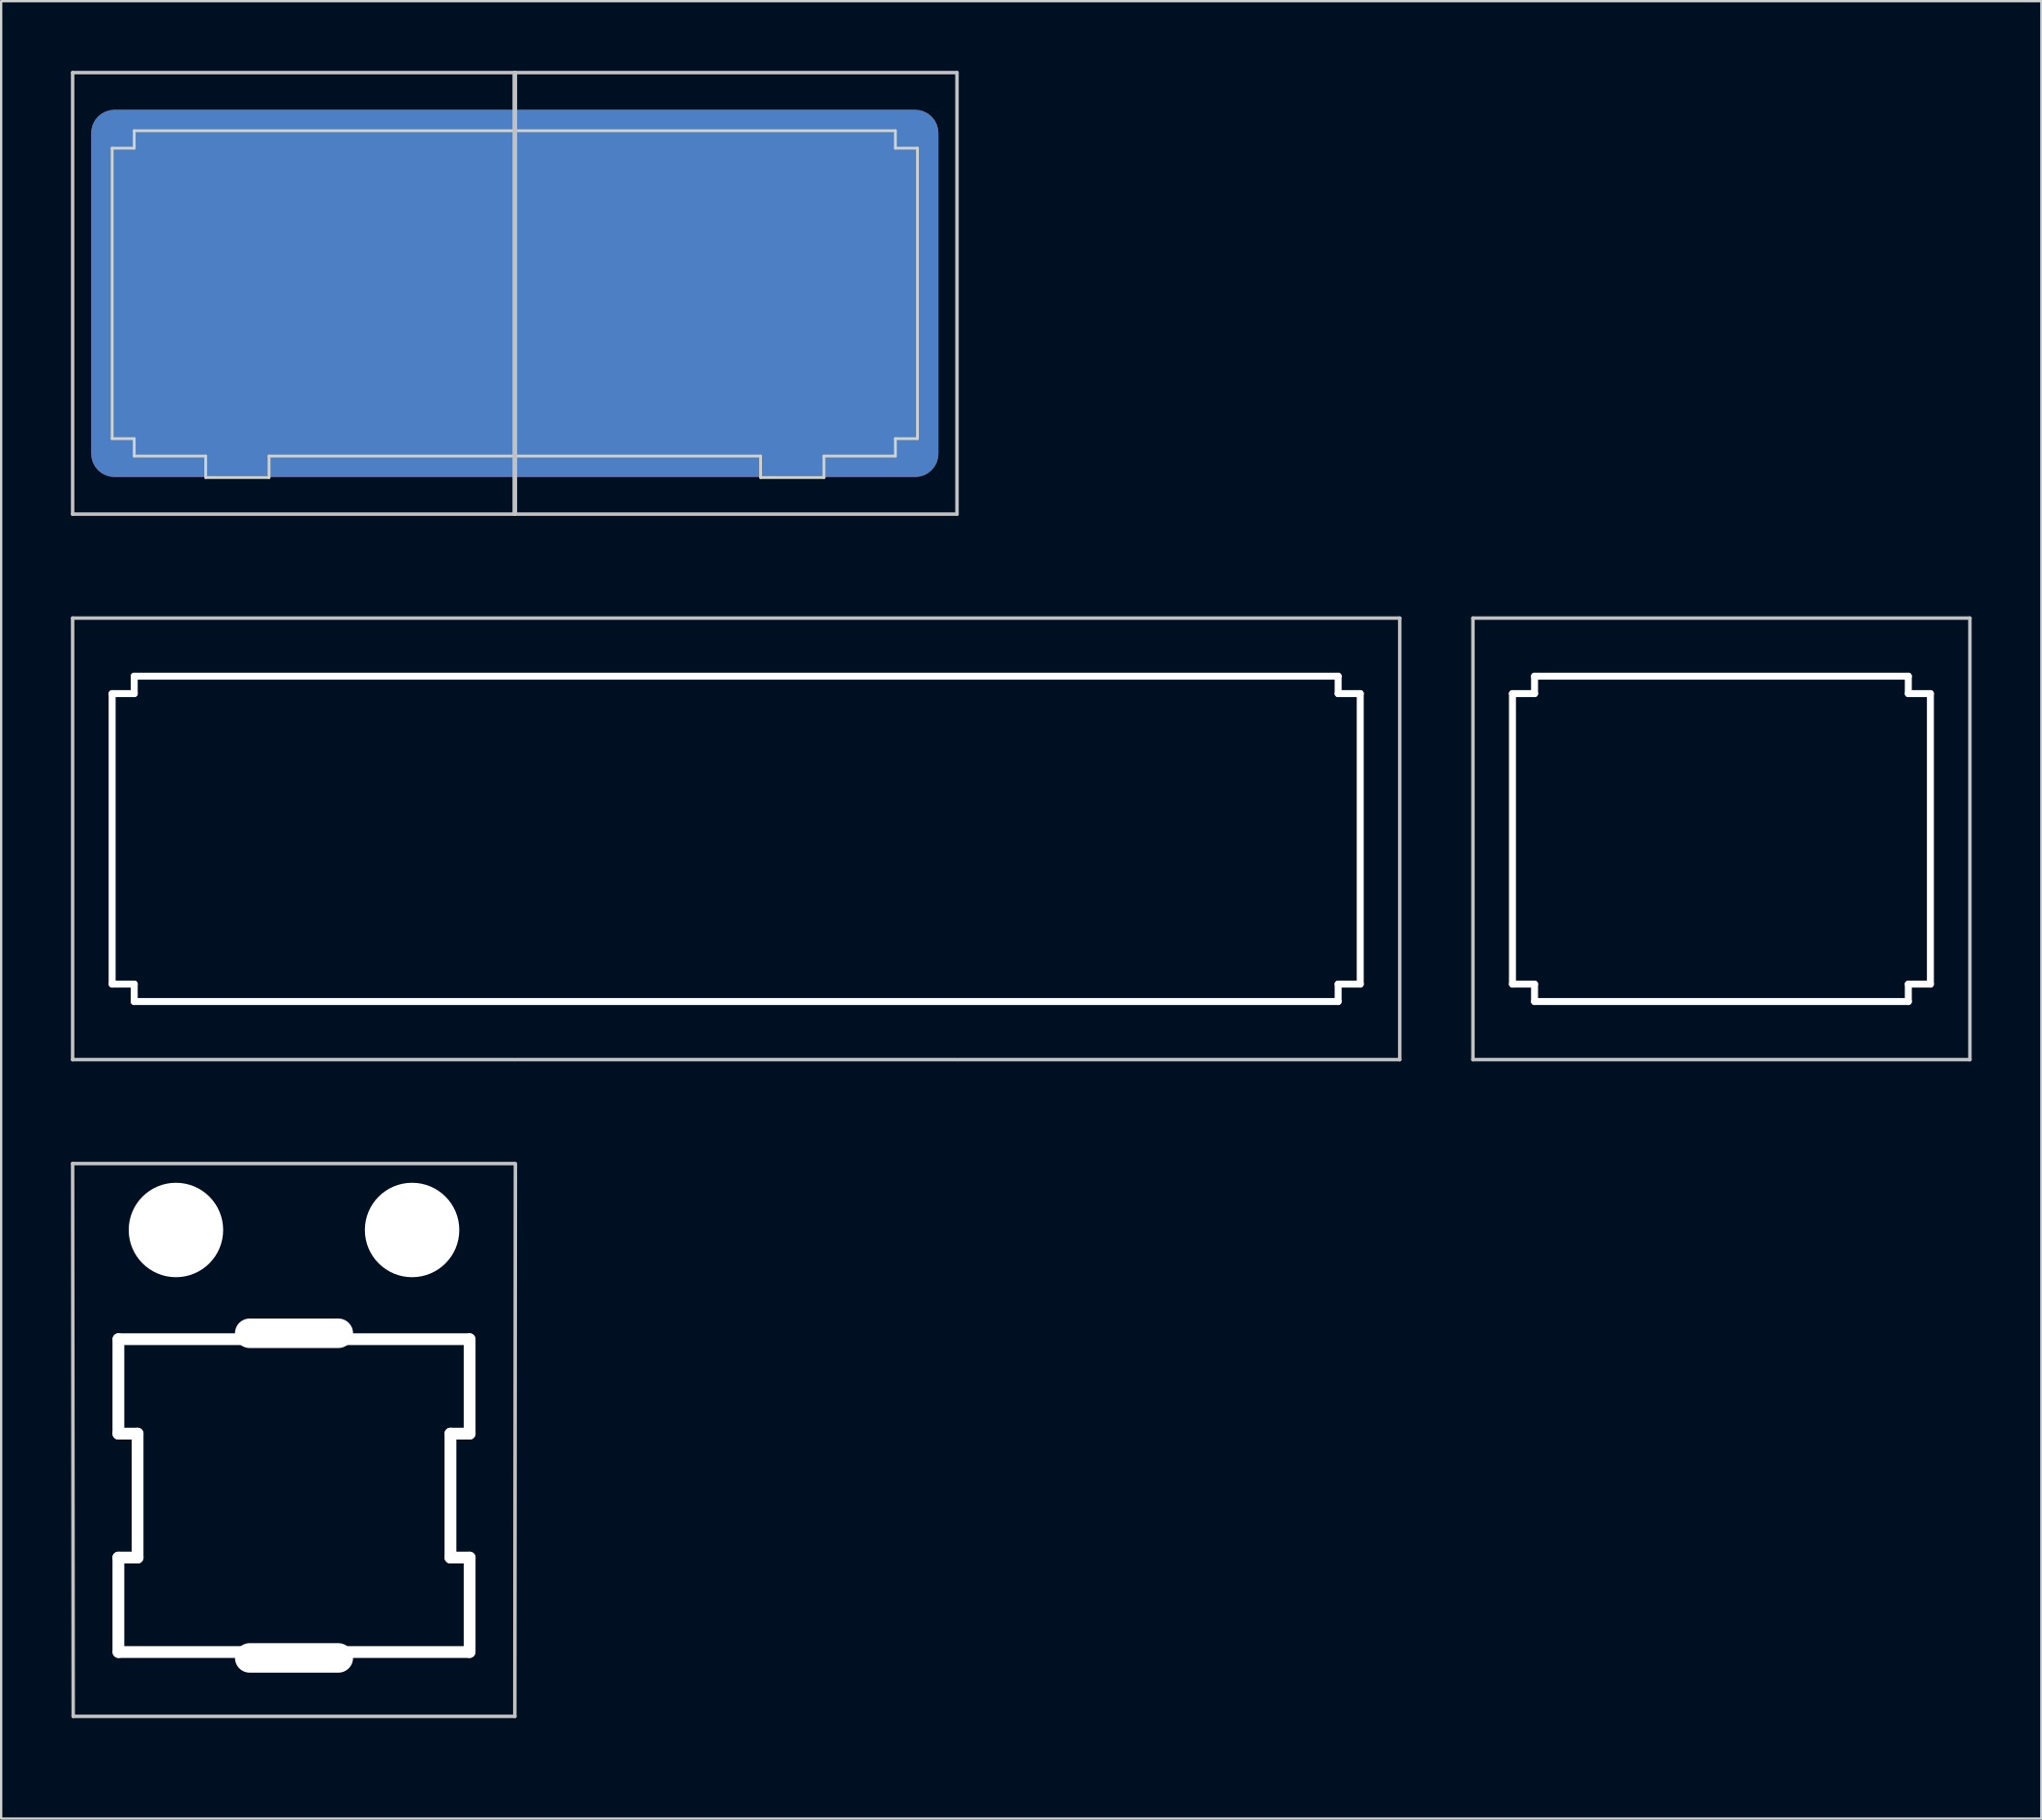
<source format=kicad_pcb>
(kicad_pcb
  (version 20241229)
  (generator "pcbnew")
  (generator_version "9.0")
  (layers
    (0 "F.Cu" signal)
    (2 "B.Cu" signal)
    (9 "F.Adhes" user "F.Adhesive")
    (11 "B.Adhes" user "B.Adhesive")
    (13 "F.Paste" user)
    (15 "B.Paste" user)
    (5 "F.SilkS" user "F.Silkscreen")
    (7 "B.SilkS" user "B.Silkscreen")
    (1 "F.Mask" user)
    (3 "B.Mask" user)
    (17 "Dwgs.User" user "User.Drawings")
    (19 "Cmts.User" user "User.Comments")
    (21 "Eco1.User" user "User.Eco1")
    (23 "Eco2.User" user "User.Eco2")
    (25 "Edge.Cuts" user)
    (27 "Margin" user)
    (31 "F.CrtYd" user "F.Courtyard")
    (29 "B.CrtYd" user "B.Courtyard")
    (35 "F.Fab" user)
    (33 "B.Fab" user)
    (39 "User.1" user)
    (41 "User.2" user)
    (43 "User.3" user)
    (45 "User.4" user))
  (footprint "KSC_MX-Mod"
    (layer "F.Cu")
    (at 9.6 61.309)
    (property "Reference" "KSC_MX-Mod" (at 0.25 10.05 0) (layer "Eco2.User") (effects (font (size 1 1) (thickness 0.15))))
    (attr through_hole)
    (fp_line (start -9.525 -14.287) (end 9.475 -14.287) (stroke (width 0.15) (type solid)) (layer "Dwgs.User"))
    (fp_line (start -9.5 9.5) (end -9.525 -14.287) (stroke (width 0.15) (type solid)) (layer "Dwgs.User"))
    (fp_line (start 9.5 9.5) (end -9.5 9.5) (stroke (width 0.15) (type solid)) (layer "Dwgs.User"))
    (fp_line (start 9.525 -14.287) (end 9.5 9.5) (stroke (width 0.15) (type solid)) (layer "Dwgs.User"))
    (pad "" np_thru_hole oval (at -7.556 -4.699) (size 0.508 4.572) (drill oval 0.508 4.572) (layers "*.Cu" "*.Mask"))
    (pad "" np_thru_hole oval (at -7.556 4.699) (size 0.508 4.572) (drill oval 0.508 4.572) (layers "*.Cu" "*.Mask"))
    (pad "" np_thru_hole oval (at -7.144 -2.667) (size 1.333 0.508) (drill oval 1.333 0.508) (layers "*.Cu" "*.Mask"))
    (pad "" np_thru_hole oval (at -7.144 2.667) (size 1.333 0.508) (drill oval 1.333 0.508) (layers "*.Cu" "*.Mask"))
    (pad "" np_thru_hole oval (at -6.731 0) (size 0.508 5.842) (drill oval 0.508 5.842) (layers "*.Cu" "*.Mask"))
    (pad "" np_thru_hole circle (at -5.08 -11.43) (size 4.064 4.064) (drill 4.064) (layers "*.Cu" "*.Mask"))
    (pad "" np_thru_hole oval (at 0 -6.985) (size 5.08 1.27) (drill oval 5.08 1.27) (layers "*.Cu" "*.Mask"))
    (pad "" np_thru_hole oval (at 0 -6.731) (size 15.596 0.508) (drill oval 15.596 0.508) (layers "*.Cu" "*.Mask"))
    (pad "" np_thru_hole oval (at 0 6.731) (size 15.596 0.508) (drill oval 15.596 0.508) (layers "*.Cu" "*.Mask"))
    (pad "" np_thru_hole oval (at 0 6.985) (size 5.08 1.27) (drill oval 5.08 1.27) (layers "*.Cu" "*.Mask"))
    (pad "" np_thru_hole circle (at 5.08 -11.43) (size 4.064 4.064) (drill 4.064) (layers "*.Cu" "*.Mask"))
    (pad "" np_thru_hole oval (at 6.731 0) (size 0.508 5.842) (drill oval 0.508 5.842) (layers "*.Cu" "*.Mask"))
    (pad "" np_thru_hole oval (at 7.144 -2.667) (size 1.333 0.508) (drill oval 1.333 0.508) (layers "*.Cu" "*.Mask"))
    (pad "" np_thru_hole oval (at 7.144 2.667) (size 1.333 0.508) (drill oval 1.333 0.508) (layers "*.Cu" "*.Mask"))
    (pad "" np_thru_hole oval (at 7.556 -4.699) (size 0.508 4.572) (drill oval 0.508 4.572) (layers "*.Cu" "*.Mask"))
    (pad "" np_thru_hole oval (at 7.556 4.699) (size 0.508 4.572) (drill oval 0.508 4.572) (layers "*.Cu" "*.Mask")))
  (footprint "KSC_MX-Alps_1u_1.25u"
    (layer "F.Cu")
    (at 71.016 33.048)
    (property "Reference" "KSC_MX-Alps_1u_1.25u" (at 0 10.05 0) (layer "Eco2.User") (effects (font (size 1 1) (thickness 0.15))))
    (attr through_hole)
    (fp_line (start -10.691 -9.5) (end 10.691 -9.5) (stroke (width 0.15) (type solid)) (layer "Dwgs.User"))
    (fp_line (start -10.691 9.5) (end -10.691 -9.5) (stroke (width 0.15) (type solid)) (layer "Dwgs.User"))
    (fp_line (start 10.691 -9.5) (end 10.691 9.5) (stroke (width 0.15) (type solid)) (layer "Dwgs.User"))
    (fp_line (start 10.691 9.5) (end -10.691 9.5) (stroke (width 0.15) (type solid)) (layer "Dwgs.User"))
    (pad "" np_thru_hole oval (at -8.991 0) (size 0.3 12.8) (drill oval 0.3 12.8) (layers "*.Cu" "*.Mask"))
    (pad "" np_thru_hole oval (at -8.516 -6.25) (size 1.25 0.3) (drill oval 1.25 0.3) (layers "*.Cu" "*.Mask"))
    (pad "" np_thru_hole oval (at -8.516 6.25) (size 1.25 0.3) (drill oval 1.25 0.3) (layers "*.Cu" "*.Mask"))
    (pad "" np_thru_hole oval (at -8.041 -6.625) (size 0.3 1.05) (drill oval 0.3 1.05) (layers "*.Cu" "*.Mask"))
    (pad "" np_thru_hole oval (at -8.041 6.625) (size 0.3 1.05) (drill oval 0.3 1.05) (layers "*.Cu" "*.Mask"))
    (pad "" np_thru_hole oval (at 0 -7) (size 16.381 0.3) (drill oval 16.381 0.3) (layers "*.Cu" "*.Mask"))
    (pad "" np_thru_hole oval (at 0 7) (size 16.381 0.3) (drill oval 16.381 0.3) (layers "*.Cu" "*.Mask"))
    (pad "" np_thru_hole oval (at 8.041 -6.625) (size 0.3 1.05) (drill oval 0.3 1.05) (layers "*.Cu" "*.Mask"))
    (pad "" np_thru_hole oval (at 8.041 6.625) (size 0.3 1.05) (drill oval 0.3 1.05) (layers "*.Cu" "*.Mask"))
    (pad "" np_thru_hole oval (at 8.516 -6.25) (size 1.25 0.3) (drill oval 1.25 0.3) (layers "*.Cu" "*.Mask"))
    (pad "" np_thru_hole oval (at 8.516 6.25) (size 1.25 0.3) (drill oval 1.25 0.3) (layers "*.Cu" "*.Mask"))
    (pad "" np_thru_hole oval (at 8.991 0) (size 0.3 12.8) (drill oval 0.3 12.8) (layers "*.Cu" "*.Mask")))
  (footprint "KSC_MX-Alps-3u-wide"
    (layer "F.Cu")
    (at 28.625 33.048)
    (property "Reference" "KSC_MX-Alps-3u-wide" (at 0.25 10.05 0) (layer "Eco2.User") (effects (font (size 1 1) (thickness 0.15))))
    (attr through_hole)
    (fp_line (start -28.55 -9.5) (end -9.55 -9.5) (stroke (width 0.15) (type solid)) (layer "Dwgs.User"))
    (fp_line (start -28.55 9.5) (end -28.55 -9.5) (stroke (width 0.15) (type solid)) (layer "Dwgs.User"))
    (fp_line (start -9.55 9.5) (end -28.55 9.5) (stroke (width 0.15) (type solid)) (layer "Dwgs.User"))
    (fp_line (start -9.5 -9.5) (end 9.5 -9.5) (stroke (width 0.15) (type solid)) (layer "Dwgs.User"))
    (fp_line (start 9.5 9.5) (end -9.5 9.5) (stroke (width 0.15) (type solid)) (layer "Dwgs.User"))
    (fp_line (start 9.55 -9.5) (end 28.55 -9.5) (stroke (width 0.15) (type solid)) (layer "Dwgs.User"))
    (fp_line (start 28.55 -9.5) (end 28.55 9.5) (stroke (width 0.15) (type solid)) (layer "Dwgs.User"))
    (fp_line (start 28.55 9.5) (end 9.55 9.5) (stroke (width 0.15) (type solid)) (layer "Dwgs.User"))
    (pad "" np_thru_hole oval (at -26.85 0) (size 0.3 12.8) (drill oval 0.3 12.8) (layers "*.Cu" "*.Mask"))
    (pad "" np_thru_hole oval (at -26.375 -6.25) (size 1.25 0.3) (drill oval 1.25 0.3) (layers "*.Cu" "*.Mask"))
    (pad "" np_thru_hole oval (at -26.375 6.25) (size 1.25 0.3) (drill oval 1.25 0.3) (layers "*.Cu" "*.Mask"))
    (pad "" np_thru_hole oval (at -25.9 -6.625) (size 0.3 1.05) (drill oval 0.3 1.05) (layers "*.Cu" "*.Mask"))
    (pad "" np_thru_hole oval (at -25.9 6.625) (size 0.3 1.05) (drill oval 0.3 1.05) (layers "*.Cu" "*.Mask"))
    (pad "" np_thru_hole oval (at 0 -7) (size 52.1 0.3) (drill oval 52.1 0.3) (layers "*.Cu" "*.Mask"))
    (pad "" np_thru_hole oval (at 0 7) (size 52.1 0.3) (drill oval 52.1 0.3) (layers "*.Cu" "*.Mask"))
    (pad "" np_thru_hole oval (at 25.9 -6.625) (size 0.3 1.05) (drill oval 0.3 1.05) (layers "*.Cu" "*.Mask"))
    (pad "" np_thru_hole oval (at 25.9 6.625) (size 0.3 1.05) (drill oval 0.3 1.05) (layers "*.Cu" "*.Mask"))
    (pad "" np_thru_hole oval (at 26.375 -6.25) (size 1.25 0.3) (drill oval 1.25 0.3) (layers "*.Cu" "*.Mask"))
    (pad "" np_thru_hole oval (at 26.375 6.25) (size 1.25 0.3) (drill oval 1.25 0.3) (layers "*.Cu" "*.Mask"))
    (pad "" np_thru_hole oval (at 26.85 0) (size 0.3 12.8) (drill oval 0.3 12.8) (layers "*.Cu" "*.Mask")))
  (footprint "KSC_MX-Alps-1u_2u"
    (layer "F.Cu")
    (at 19.1 9.575)
    (property "Reference" "KSC_MX-Alps-1u_2u" (at 0.25 10.05 0) (layer "Eco2.User") (effects (font (size 1 1) (thickness 0.15))))
    (attr through_hole)
    (fp_line (start -19.025 -9.5) (end -0.025 -9.5) (stroke (width 0.15) (type solid)) (layer "Dwgs.User"))
    (fp_line (start -19.025 9.5) (end -19.025 -9.5) (stroke (width 0.15) (type solid)) (layer "Dwgs.User"))
    (fp_line (start -0.025 -9.5) (end -0.025 9.5) (stroke (width 0.15) (type solid)) (layer "Dwgs.User"))
    (fp_line (start -0.025 9.5) (end -19.025 9.5) (stroke (width 0.15) (type solid)) (layer "Dwgs.User"))
    (fp_line (start 0.025 -9.5) (end 19.025 -9.5) (stroke (width 0.15) (type solid)) (layer "Dwgs.User"))
    (fp_line (start 0.025 9.5) (end 0.025 -9.5) (stroke (width 0.15) (type solid)) (layer "Dwgs.User"))
    (fp_line (start 19.025 -9.5) (end 19.025 9.5) (stroke (width 0.15) (type solid)) (layer "Dwgs.User"))
    (fp_line (start 19.025 9.5) (end 0.025 9.5) (stroke (width 0.15) (type solid)) (layer "Dwgs.User"))
    (fp_line (start -17.325 -6.25) (end -17.325 6.25) (stroke (width 0.12) (type solid)) (layer "Edge.Cuts"))
    (fp_line (start -17.325 -6.25) (end -16.375 -6.25) (stroke (width 0.12) (type solid)) (layer "Edge.Cuts"))
    (fp_line (start -17.325 6.25) (end -16.375 6.25) (stroke (width 0.12) (type solid)) (layer "Edge.Cuts"))
    (fp_line (start -16.375 -7) (end 16.375 -7) (stroke (width 0.12) (type solid)) (layer "Edge.Cuts"))
    (fp_line (start -16.375 -6.25) (end -16.375 -7) (stroke (width 0.12) (type solid)) (layer "Edge.Cuts"))
    (fp_line (start -16.375 6.25) (end -16.375 7) (stroke (width 0.12) (type solid)) (layer "Edge.Cuts"))
    (fp_line (start -16.375 7) (end -13.3 7) (stroke (width 0.12) (type solid)) (layer "Edge.Cuts"))
    (fp_line (start -13.3 7) (end -13.3 7.925) (stroke (width 0.12) (type solid)) (layer "Edge.Cuts"))
    (fp_line (start -13.3 7.925) (end -10.575 7.925) (stroke (width 0.12) (type solid)) (layer "Edge.Cuts"))
    (fp_line (start -10.575 7) (end 10.575 7) (stroke (width 0.12) (type solid)) (layer "Edge.Cuts"))
    (fp_line (start -10.575 7.925) (end -10.575 7) (stroke (width 0.12) (type solid)) (layer "Edge.Cuts"))
    (fp_line (start 10.575 7) (end 10.575 7.925) (stroke (width 0.12) (type solid)) (layer "Edge.Cuts"))
    (fp_line (start 10.575 7.925) (end 13.3 7.925) (stroke (width 0.12) (type solid)) (layer "Edge.Cuts"))
    (fp_line (start 13.3 7) (end 16.375 7) (stroke (width 0.12) (type solid)) (layer "Edge.Cuts"))
    (fp_line (start 13.3 7.925) (end 13.3 7) (stroke (width 0.12) (type solid)) (layer "Edge.Cuts"))
    (fp_line (start 16.375 -7) (end 16.375 -6.25) (stroke (width 0.12) (type solid)) (layer "Edge.Cuts"))
    (fp_line (start 16.375 -6.25) (end 17.325 -6.25) (stroke (width 0.12) (type solid)) (layer "Edge.Cuts"))
    (fp_line (start 16.375 6.25) (end 17.325 6.25) (stroke (width 0.12) (type solid)) (layer "Edge.Cuts"))
    (fp_line (start 16.375 7) (end 16.375 6.25) (stroke (width 0.12) (type solid)) (layer "Edge.Cuts"))
    (fp_line (start 17.325 -6.25) (end 17.325 6.25) (stroke (width 0.12) (type solid)) (layer "Edge.Cuts"))
    (pad "1" smd roundrect (at 0 0 180) (size 36.45 15.8) (layers "F.Cu" "F.Mask") (roundrect_rratio 0.063))
    (pad "1" smd roundrect (at 0 0 180) (size 36.45 15.8) (layers "B.Cu" "B.Mask") (roundrect_rratio 0.063)))
  (gr_rect
    (start -3 -3)
    (end 84.781 75.207)
    (stroke (width 0.1) (type default))
    (fill no)
    (layer "Edge.Cuts")))
</source>
